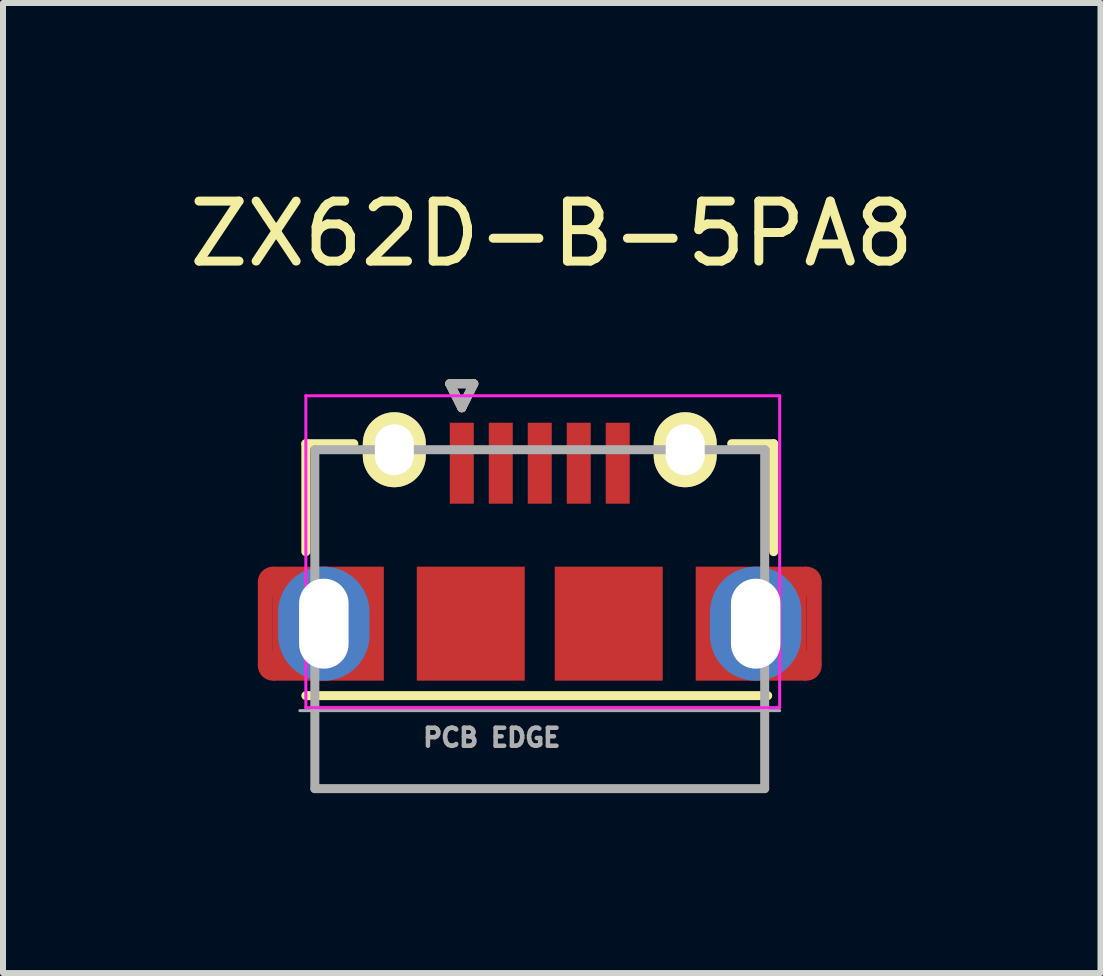
<source format=kicad_pcb>
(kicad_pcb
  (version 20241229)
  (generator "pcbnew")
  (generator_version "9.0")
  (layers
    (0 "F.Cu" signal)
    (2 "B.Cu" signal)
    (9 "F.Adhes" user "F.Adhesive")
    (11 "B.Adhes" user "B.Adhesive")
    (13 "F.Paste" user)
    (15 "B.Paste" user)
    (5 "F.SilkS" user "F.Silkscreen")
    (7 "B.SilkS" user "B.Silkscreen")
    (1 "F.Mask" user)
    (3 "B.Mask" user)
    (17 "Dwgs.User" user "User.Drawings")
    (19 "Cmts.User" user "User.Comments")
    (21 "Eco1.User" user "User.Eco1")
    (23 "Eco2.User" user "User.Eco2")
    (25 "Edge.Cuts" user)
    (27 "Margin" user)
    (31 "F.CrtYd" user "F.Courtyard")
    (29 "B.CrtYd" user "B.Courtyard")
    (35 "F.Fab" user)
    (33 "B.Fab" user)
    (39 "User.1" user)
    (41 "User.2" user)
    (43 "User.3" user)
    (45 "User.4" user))
  (footprint "ZX62D-B-5PA8"
    (layer "F.Cu")
    (at 5.949 7.348)
    (property "Reference" "ZX62D-B-5PA8" (at 0.2 -6.5 0) (layer "F.SilkS") (effects (font (size 1 1) (thickness 0.15))))
    (attr through_hole)
    (fp_line (start -3.9 -3) (end -3.9 -1.2) (stroke (width 0.15) (type solid)) (layer "F.SilkS"))
    (fp_line (start -3.9 -3) (end -3.1 -3) (stroke (width 0.15) (type solid)) (layer "F.SilkS"))
    (fp_line (start -3.9 1.2) (end 3.8 1.2) (stroke (width 0.15) (type solid)) (layer "F.SilkS"))
    (fp_line (start -1.5 -4) (end -1.3 -3.6) (stroke (width 0.15) (type solid)) (layer "F.SilkS"))
    (fp_line (start -1.3 -3.6) (end -1.1 -4) (stroke (width 0.15) (type solid)) (layer "F.SilkS"))
    (fp_line (start -1.1 -4) (end -1.5 -4) (stroke (width 0.15) (type solid)) (layer "F.SilkS"))
    (fp_line (start 3.2 -3) (end 3.9 -3) (stroke (width 0.15) (type solid)) (layer "F.SilkS"))
    (fp_line (start 3.9 -3) (end 3.9 -1.2) (stroke (width 0.15) (type solid)) (layer "F.SilkS"))
    (fp_line (start -3.9 -3.8) (end 4 -3.8) (stroke (width 0.05) (type solid)) (layer "F.CrtYd"))
    (fp_line (start -3.9 1.4) (end -3.9 -3.8) (stroke (width 0.05) (type solid)) (layer "F.CrtYd"))
    (fp_line (start 4 -3.8) (end 4 1.4) (stroke (width 0.05) (type solid)) (layer "F.CrtYd"))
    (fp_line (start 4 1.4) (end -3.9 1.4) (stroke (width 0.05) (type solid)) (layer "F.CrtYd"))
    (fp_line (start -4 1.45) (end 4 1.45) (stroke (width 0.05) (type solid)) (layer "F.Fab"))
    (fp_line (start -3.75 -2.9) (end 3.75 -2.9) (stroke (width 0.15) (type solid)) (layer "F.Fab"))
    (fp_line (start -3.75 2.75) (end -3.75 -2.9) (stroke (width 0.15) (type solid)) (layer "F.Fab"))
    (fp_line (start -1.5 -4) (end -1.1 -4) (stroke (width 0.15) (type solid)) (layer "F.Fab"))
    (fp_line (start -1.3 -3.6) (end -1.5 -4) (stroke (width 0.15) (type solid)) (layer "F.Fab"))
    (fp_line (start -1.1 -4) (end -1.3 -3.6) (stroke (width 0.15) (type solid)) (layer "F.Fab"))
    (fp_line (start 3.75 -2.9) (end 3.75 2.75) (stroke (width 0.15) (type solid)) (layer "F.Fab"))
    (fp_line (start 3.75 2.75) (end -3.75 2.75) (stroke (width 0.15) (type solid)) (layer "F.Fab"))
    (fp_text user "PCB EDGE" (at -0.8 1.9 0) (layer "F.Fab") (effects (font (size 0.3 0.3) (thickness 0.075))))
    (pad "" smd rect (at -4.575 0) (size 0.25 1.4) (layers "F.Cu" "F.Mask" "F.Paste"))
    (pad "" smd circle (at -4.45 -0.7) (size 0.5 0.5) (layers "F.Cu" "F.Mask" "F.Paste"))
    (pad "" smd circle (at -4.45 0.7) (size 0.5 0.5) (layers "F.Cu" "F.Mask" "F.Paste"))
    (pad "" thru_hole oval (at -3.6 0) (size 1.524 1.9) (drill oval 0.825 1.5) (layers "*.Cu" "*.Mask"))
    (pad "" smd rect (at -3.525 0) (size 1.85 1.9) (layers "F.Cu" "F.Mask" "F.Paste"))
    (pad "" thru_hole oval (at -2.425 -2.9) (size 1.05 1.25) (drill oval 0.65 0.85) (layers "*.Cu" "*.Mask" "F.SilkS"))
    (pad "" smd rect (at -1.15 0) (size 1.8 1.9) (layers "F.Cu" "F.Mask" "F.Paste"))
    (pad "" smd rect (at 1.15 0) (size 1.8 1.9) (layers "F.Cu" "F.Mask" "F.Paste"))
    (pad "" thru_hole oval (at 2.425 -2.9) (size 1.05 1.25) (drill oval 0.65 0.85) (layers "*.Cu" "*.Mask" "F.SilkS"))
    (pad "" smd rect (at 3.525 0) (size 1.85 1.9) (layers "F.Cu" "F.Mask" "F.Paste"))
    (pad "" thru_hole oval (at 3.6 0) (size 1.524 1.9) (drill oval 0.825 1.5) (layers "*.Cu" "*.Mask"))
    (pad "" smd circle (at 4.45 -0.7) (size 0.5 0.5) (layers "F.Cu" "F.Mask" "F.Paste"))
    (pad "" smd circle (at 4.45 0.7) (size 0.5 0.5) (layers "F.Cu" "F.Mask" "F.Paste"))
    (pad "" smd rect (at 4.575 0) (size 0.25 1.4) (layers "F.Cu" "F.Mask" "F.Paste"))
    (pad "1" smd rect (at -1.3 -2.675) (size 0.4 1.35) (layers "F.Cu" "F.Mask" "F.Paste"))
    (pad "2" smd rect (at -0.65 -2.675) (size 0.4 1.35) (layers "F.Cu" "F.Mask" "F.Paste"))
    (pad "3" smd rect (at 0 -2.675) (size 0.4 1.35) (layers "F.Cu" "F.Mask" "F.Paste"))
    (pad "4" smd rect (at 0.65 -2.675) (size 0.4 1.35) (layers "F.Cu" "F.Mask" "F.Paste"))
    (pad "5" smd rect (at 1.3 -2.675) (size 0.4 1.35) (layers "F.Cu" "F.Mask" "F.Paste")))
  (gr_rect
    (start -3 -3)
    (end 15.298 13.173)
    (stroke (width 0.1) (type default))
    (fill no)
    (layer "Edge.Cuts")))
</source>
